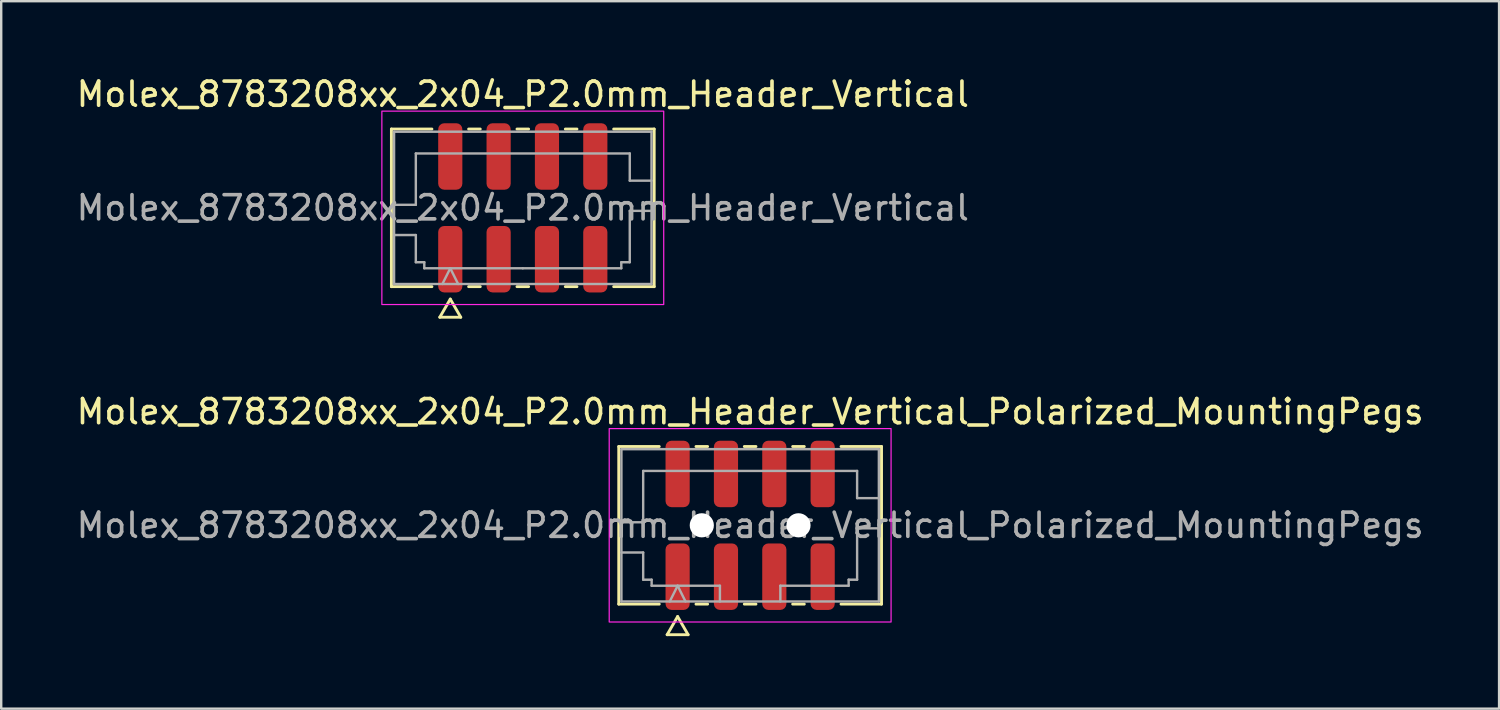
<source format=kicad_pcb>
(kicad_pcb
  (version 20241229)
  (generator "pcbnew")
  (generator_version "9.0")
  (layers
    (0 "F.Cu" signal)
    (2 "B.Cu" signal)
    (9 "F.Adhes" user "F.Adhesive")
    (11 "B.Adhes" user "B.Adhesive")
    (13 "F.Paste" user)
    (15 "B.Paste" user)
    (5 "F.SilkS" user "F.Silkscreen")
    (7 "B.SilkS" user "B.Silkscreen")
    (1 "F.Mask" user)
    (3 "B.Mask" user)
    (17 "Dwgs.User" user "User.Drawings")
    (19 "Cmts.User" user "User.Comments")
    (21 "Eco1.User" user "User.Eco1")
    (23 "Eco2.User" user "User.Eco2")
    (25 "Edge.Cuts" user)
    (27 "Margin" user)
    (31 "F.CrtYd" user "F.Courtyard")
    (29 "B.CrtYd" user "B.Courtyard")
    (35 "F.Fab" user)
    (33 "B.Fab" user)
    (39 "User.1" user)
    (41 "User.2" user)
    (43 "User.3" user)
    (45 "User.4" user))
  (footprint "Molex_8783208xx_2x04_P2.0mm_Header_Vertical"
    (layer "F.Cu")
    (at 18.577 5.548)
    (property "Reference" "Molex_8783208xx_2x04_P2.0mm_Header_Vertical" (at 0 -4.7 0) (layer "F.SilkS") (effects (font (size 1 1) (thickness 0.15))))
    (attr smd)
    (fp_line (start -5.435 -3.26) (end -3.76 -3.26) (stroke (width 0.12) (type solid)) (layer "F.SilkS"))
    (fp_line (start -5.435 3.26) (end -5.435 -3.26) (stroke (width 0.12) (type solid)) (layer "F.SilkS"))
    (fp_line (start -3.76 3.26) (end -5.435 3.26) (stroke (width 0.12) (type solid)) (layer "F.SilkS"))
    (fp_line (start -3.433 4.525) (end -3 3.775) (stroke (width 0.12) (type solid)) (layer "F.SilkS"))
    (fp_line (start -3 3.775) (end -2.567 4.525) (stroke (width 0.12) (type solid)) (layer "F.SilkS"))
    (fp_line (start -2.567 4.525) (end -3.433 4.525) (stroke (width 0.12) (type solid)) (layer "F.SilkS"))
    (fp_line (start -2.24 -3.26) (end -1.76 -3.26) (stroke (width 0.12) (type solid)) (layer "F.SilkS"))
    (fp_line (start -1.76 3.26) (end -2.24 3.26) (stroke (width 0.12) (type solid)) (layer "F.SilkS"))
    (fp_line (start -0.24 -3.26) (end 0.24 -3.26) (stroke (width 0.12) (type solid)) (layer "F.SilkS"))
    (fp_line (start 0.24 3.26) (end -0.24 3.26) (stroke (width 0.12) (type solid)) (layer "F.SilkS"))
    (fp_line (start 1.76 -3.26) (end 2.24 -3.26) (stroke (width 0.12) (type solid)) (layer "F.SilkS"))
    (fp_line (start 2.24 3.26) (end 1.76 3.26) (stroke (width 0.12) (type solid)) (layer "F.SilkS"))
    (fp_line (start 3.76 -3.26) (end 5.435 -3.26) (stroke (width 0.12) (type solid)) (layer "F.SilkS"))
    (fp_line (start 5.435 -3.26) (end 5.435 3.26) (stroke (width 0.12) (type solid)) (layer "F.SilkS"))
    (fp_line (start 5.435 3.26) (end 3.76 3.26) (stroke (width 0.12) (type solid)) (layer "F.SilkS"))
    (fp_rect (start -5.83 -4) (end 5.83 4) (stroke (width 0.05) (type solid)) (fill no) (layer "F.CrtYd"))
    (fp_line (start -5.325 -3.15) (end 5.325 -3.15) (stroke (width 0.1) (type solid)) (layer "F.Fab"))
    (fp_line (start -5.325 -0.125) (end -4.425 -0.125) (stroke (width 0.1) (type solid)) (layer "F.Fab"))
    (fp_line (start -5.325 1.125) (end -4.425 1.125) (stroke (width 0.1) (type solid)) (layer "F.Fab"))
    (fp_line (start -5.325 3.15) (end -5.325 -3.15) (stroke (width 0.1) (type solid)) (layer "F.Fab"))
    (fp_line (start -4.425 -2.25) (end 4.425 -2.25) (stroke (width 0.1) (type solid)) (layer "F.Fab"))
    (fp_line (start -4.425 -0.125) (end -4.425 -2.25) (stroke (width 0.1) (type solid)) (layer "F.Fab"))
    (fp_line (start -4.425 1.125) (end -4.425 2.25) (stroke (width 0.1) (type solid)) (layer "F.Fab"))
    (fp_line (start -4.425 2.25) (end -4.075 2.25) (stroke (width 0.1) (type solid)) (layer "F.Fab"))
    (fp_line (start -4.075 2.25) (end -4.075 2.5) (stroke (width 0.1) (type solid)) (layer "F.Fab"))
    (fp_line (start -4.075 2.5) (end 0 2.5) (stroke (width 0.1) (type solid)) (layer "F.Fab"))
    (fp_line (start -3.325 3.15) (end -3 2.5) (stroke (width 0.1) (type solid)) (layer "F.Fab"))
    (fp_line (start -3 2.5) (end -2.675 3.15) (stroke (width 0.1) (type solid)) (layer "F.Fab"))
    (fp_line (start 0 2.5) (end 4.075 2.5) (stroke (width 0.1) (type solid)) (layer "F.Fab"))
    (fp_line (start 4.075 2.25) (end 4.425 2.25) (stroke (width 0.1) (type solid)) (layer "F.Fab"))
    (fp_line (start 4.075 2.5) (end 4.075 2.25) (stroke (width 0.1) (type solid)) (layer "F.Fab"))
    (fp_line (start 4.425 -2.25) (end 4.425 -1.125) (stroke (width 0.1) (type solid)) (layer "F.Fab"))
    (fp_line (start 4.425 -1.125) (end 5.325 -1.125) (stroke (width 0.1) (type solid)) (layer "F.Fab"))
    (fp_line (start 4.425 0.125) (end 5.325 0.125) (stroke (width 0.1) (type solid)) (layer "F.Fab"))
    (fp_line (start 4.425 2.25) (end 4.425 0.125) (stroke (width 0.1) (type solid)) (layer "F.Fab"))
    (fp_line (start 5.325 -3.15) (end 5.325 3.15) (stroke (width 0.1) (type solid)) (layer "F.Fab"))
    (fp_line (start 5.325 3.15) (end -5.325 3.15) (stroke (width 0.1) (type solid)) (layer "F.Fab"))
    (fp_text user "${REFERENCE}" (at 0 0 0) (layer "F.Fab") (effects (font (size 1 1) (thickness 0.15))))
    (pad "1" smd roundrect (at -3 2.125) (size 1 2.75) (layers "F.Cu" "F.Mask" "F.Paste") (roundrect_rratio 0.25))
    (pad "2" smd roundrect (at -3 -2.125) (size 1 2.75) (layers "F.Cu" "F.Mask" "F.Paste") (roundrect_rratio 0.25))
    (pad "3" smd roundrect (at -1 2.125) (size 1 2.75) (layers "F.Cu" "F.Mask" "F.Paste") (roundrect_rratio 0.25))
    (pad "4" smd roundrect (at -1 -2.125) (size 1 2.75) (layers "F.Cu" "F.Mask" "F.Paste") (roundrect_rratio 0.25))
    (pad "5" smd roundrect (at 1 2.125) (size 1 2.75) (layers "F.Cu" "F.Mask" "F.Paste") (roundrect_rratio 0.25))
    (pad "6" smd roundrect (at 1 -2.125) (size 1 2.75) (layers "F.Cu" "F.Mask" "F.Paste") (roundrect_rratio 0.25))
    (pad "7" smd roundrect (at 3 2.125) (size 1 2.75) (layers "F.Cu" "F.Mask" "F.Paste") (roundrect_rratio 0.25))
    (pad "8" smd roundrect (at 3 -2.125) (size 1 2.75) (layers "F.Cu" "F.Mask" "F.Paste") (roundrect_rratio 0.25)))
  (footprint "Molex_8783208xx_2x04_P2.0mm_Header_Vertical_Polarized_MountingPegs"
    (layer "F.Cu")
    (at 27.982 18.681)
    (property "Reference" "Molex_8783208xx_2x04_P2.0mm_Header_Vertical_Polarized_MountingPegs" (at 0 -4.7 0) (layer "F.SilkS") (effects (font (size 1 1) (thickness 0.15))))
    (attr smd)
    (fp_line (start -5.435 -3.26) (end -3.76 -3.26) (stroke (width 0.12) (type solid)) (layer "F.SilkS"))
    (fp_line (start -5.435 3.26) (end -5.435 -3.26) (stroke (width 0.12) (type solid)) (layer "F.SilkS"))
    (fp_line (start -3.76 3.26) (end -5.435 3.26) (stroke (width 0.12) (type solid)) (layer "F.SilkS"))
    (fp_line (start -3.433 4.525) (end -3 3.775) (stroke (width 0.12) (type solid)) (layer "F.SilkS"))
    (fp_line (start -3 3.775) (end -2.567 4.525) (stroke (width 0.12) (type solid)) (layer "F.SilkS"))
    (fp_line (start -2.567 4.525) (end -3.433 4.525) (stroke (width 0.12) (type solid)) (layer "F.SilkS"))
    (fp_line (start -2.24 -3.26) (end -1.76 -3.26) (stroke (width 0.12) (type solid)) (layer "F.SilkS"))
    (fp_line (start -1.76 3.26) (end -2.24 3.26) (stroke (width 0.12) (type solid)) (layer "F.SilkS"))
    (fp_line (start -0.24 -3.26) (end 0.24 -3.26) (stroke (width 0.12) (type solid)) (layer "F.SilkS"))
    (fp_line (start 0.24 3.26) (end -0.24 3.26) (stroke (width 0.12) (type solid)) (layer "F.SilkS"))
    (fp_line (start 1.76 -3.26) (end 2.24 -3.26) (stroke (width 0.12) (type solid)) (layer "F.SilkS"))
    (fp_line (start 2.24 3.26) (end 1.76 3.26) (stroke (width 0.12) (type solid)) (layer "F.SilkS"))
    (fp_line (start 3.76 -3.26) (end 5.435 -3.26) (stroke (width 0.12) (type solid)) (layer "F.SilkS"))
    (fp_line (start 5.435 -3.26) (end 5.435 3.26) (stroke (width 0.12) (type solid)) (layer "F.SilkS"))
    (fp_line (start 5.435 3.26) (end 3.76 3.26) (stroke (width 0.12) (type solid)) (layer "F.SilkS"))
    (fp_rect (start -5.83 -4) (end 5.83 4) (stroke (width 0.05) (type solid)) (fill no) (layer "F.CrtYd"))
    (fp_line (start -5.325 -3.15) (end 5.325 -3.15) (stroke (width 0.1) (type solid)) (layer "F.Fab"))
    (fp_line (start -5.325 -0.125) (end -4.425 -0.125) (stroke (width 0.1) (type solid)) (layer "F.Fab"))
    (fp_line (start -5.325 1.125) (end -4.425 1.125) (stroke (width 0.1) (type solid)) (layer "F.Fab"))
    (fp_line (start -5.325 3.15) (end -5.325 -3.15) (stroke (width 0.1) (type solid)) (layer "F.Fab"))
    (fp_line (start -4.425 -2.25) (end 4.425 -2.25) (stroke (width 0.1) (type solid)) (layer "F.Fab"))
    (fp_line (start -4.425 -0.125) (end -4.425 -2.25) (stroke (width 0.1) (type solid)) (layer "F.Fab"))
    (fp_line (start -4.425 1.125) (end -4.425 2.25) (stroke (width 0.1) (type solid)) (layer "F.Fab"))
    (fp_line (start -4.425 2.25) (end -4.075 2.25) (stroke (width 0.1) (type solid)) (layer "F.Fab"))
    (fp_line (start -4.075 2.25) (end -4.075 2.5) (stroke (width 0.1) (type solid)) (layer "F.Fab"))
    (fp_line (start -4.075 2.5) (end -1.25 2.5) (stroke (width 0.1) (type solid)) (layer "F.Fab"))
    (fp_line (start -3.325 3.15) (end -3 2.5) (stroke (width 0.1) (type solid)) (layer "F.Fab"))
    (fp_line (start -3 2.5) (end -2.675 3.15) (stroke (width 0.1) (type solid)) (layer "F.Fab"))
    (fp_line (start -1.25 2.5) (end -1.25 3.15) (stroke (width 0.1) (type solid)) (layer "F.Fab"))
    (fp_line (start 1.25 2.5) (end 1.25 3.15) (stroke (width 0.1) (type solid)) (layer "F.Fab"))
    (fp_line (start 1.25 2.5) (end 4.075 2.5) (stroke (width 0.1) (type solid)) (layer "F.Fab"))
    (fp_line (start 4.075 2.25) (end 4.425 2.25) (stroke (width 0.1) (type solid)) (layer "F.Fab"))
    (fp_line (start 4.075 2.5) (end 4.075 2.25) (stroke (width 0.1) (type solid)) (layer "F.Fab"))
    (fp_line (start 4.425 -2.25) (end 4.425 -1.125) (stroke (width 0.1) (type solid)) (layer "F.Fab"))
    (fp_line (start 4.425 -1.125) (end 5.325 -1.125) (stroke (width 0.1) (type solid)) (layer "F.Fab"))
    (fp_line (start 4.425 0.125) (end 5.325 0.125) (stroke (width 0.1) (type solid)) (layer "F.Fab"))
    (fp_line (start 4.425 2.25) (end 4.425 0.125) (stroke (width 0.1) (type solid)) (layer "F.Fab"))
    (fp_line (start 5.325 -3.15) (end 5.325 3.15) (stroke (width 0.1) (type solid)) (layer "F.Fab"))
    (fp_line (start 5.325 3.15) (end -5.325 3.15) (stroke (width 0.1) (type solid)) (layer "F.Fab"))
    (fp_text user "${REFERENCE}" (at 0 0 0) (layer "F.Fab") (effects (font (size 1 1) (thickness 0.15))))
    (pad "" np_thru_hole circle (at -2 0) (size 1 1) (drill 1) (layers "*.Cu" "*.Mask"))
    (pad "" np_thru_hole circle (at 2 0) (size 1 1) (drill 1) (layers "*.Cu" "*.Mask"))
    (pad "1" smd roundrect (at -3 2.125) (size 1 2.75) (layers "F.Cu" "F.Mask" "F.Paste") (roundrect_rratio 0.25))
    (pad "2" smd roundrect (at -3 -2.125) (size 1 2.75) (layers "F.Cu" "F.Mask" "F.Paste") (roundrect_rratio 0.25))
    (pad "3" smd roundrect (at -1 2.125) (size 1 2.75) (layers "F.Cu" "F.Mask" "F.Paste") (roundrect_rratio 0.25))
    (pad "4" smd roundrect (at -1 -2.125) (size 1 2.75) (layers "F.Cu" "F.Mask" "F.Paste") (roundrect_rratio 0.25))
    (pad "5" smd roundrect (at 1 2.125) (size 1 2.75) (layers "F.Cu" "F.Mask" "F.Paste") (roundrect_rratio 0.25))
    (pad "6" smd roundrect (at 1 -2.125) (size 1 2.75) (layers "F.Cu" "F.Mask" "F.Paste") (roundrect_rratio 0.25))
    (pad "7" smd roundrect (at 3 2.125) (size 1 2.75) (layers "F.Cu" "F.Mask" "F.Paste") (roundrect_rratio 0.25))
    (pad "8" smd roundrect (at 3 -2.125) (size 1 2.75) (layers "F.Cu" "F.Mask" "F.Paste") (roundrect_rratio 0.25)))
  (gr_rect
    (start -3 -3)
    (end 58.964 26.267)
    (stroke (width 0.1) (type default))
    (fill no)
    (layer "Edge.Cuts")))
</source>
